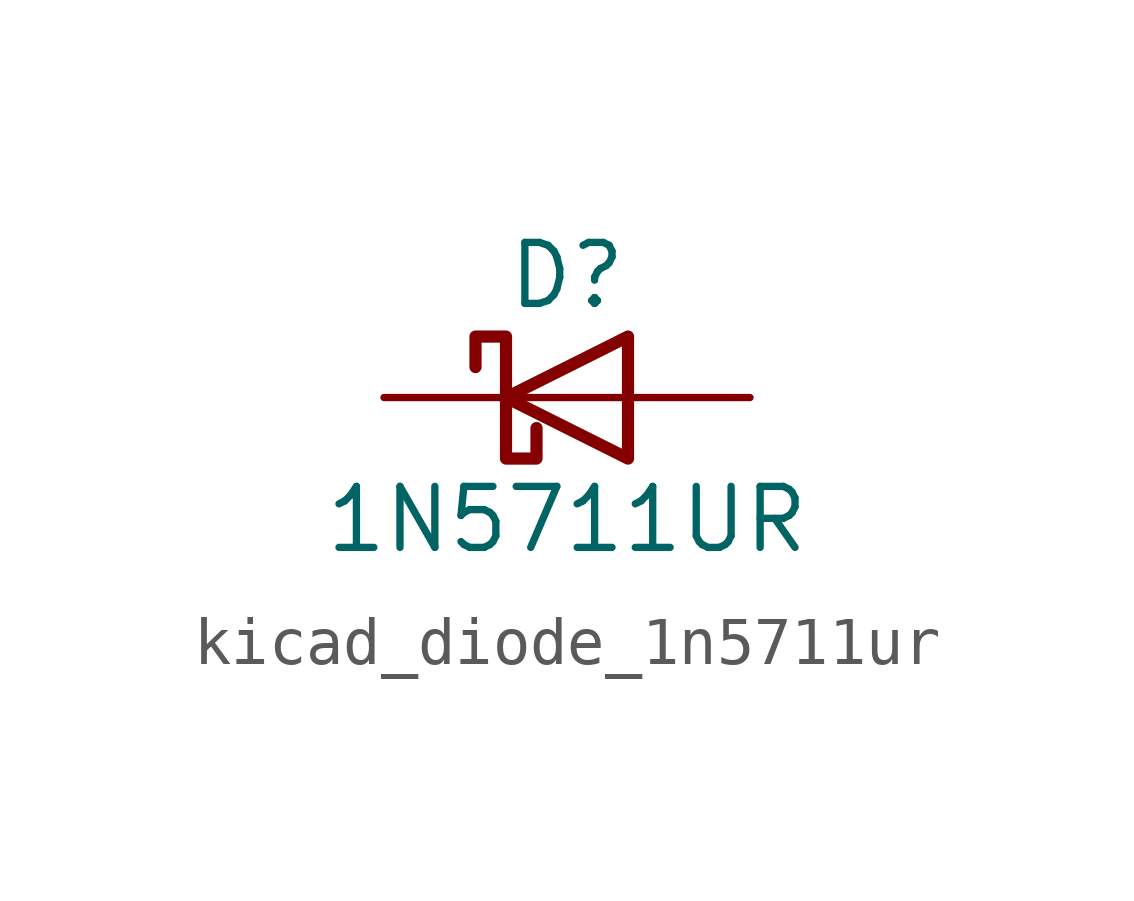
<source format=kicad_sym>
(kicad_symbol_lib
  (version 20220914)
  (generator kicad_symbol_editor)
  (symbol "kicad_diode_1n5711ur"
    (pin_numbers hide)
    (pin_names
      (offset 1.016) hide)
    (property "Reference" "D"
      (at 0 2.54 0)
      (effects (font (size 1.27 1.27))))
    (property "Value" "1N5711UR"
      (at 0 -2.54 0)
      (effects (font (size 1.27 1.27))))
    (symbol "kicad_diode_1n5711ur_0_1"
      (polyline (pts (xy 1.27 0) (xy -1.27 0)) (stroke (width 0) (type default)) (fill (type none)))
      (polyline (pts (xy 1.27 1.27) (xy 1.27 -1.27) (xy -1.27 0) (xy 1.27 1.27)) (stroke (width 0.254) (type default)) (fill (type none)))
      (polyline (pts (xy -1.905 0.635) (xy -1.905 1.27) (xy -1.27 1.27) (xy -1.27 -1.27) (xy -0.635 -1.27) (xy -0.635 -0.635)) (stroke (width 0.254) (type default)) (fill (type none))))
    (symbol "kicad_diode_1n5711ur_1_1"
      (pin passive line (at -3.81 0 0) (length 2.54) (name "K" (effects (font (size 1.27 1.27)))) (number "1" (effects (font (size 1.27 1.27)))))
      (pin passive line (at 3.81 0 180) (length 2.54) (name "A" (effects (font (size 1.27 1.27)))) (number "2" (effects (font (size 1.27 1.27))))))))
</source>
